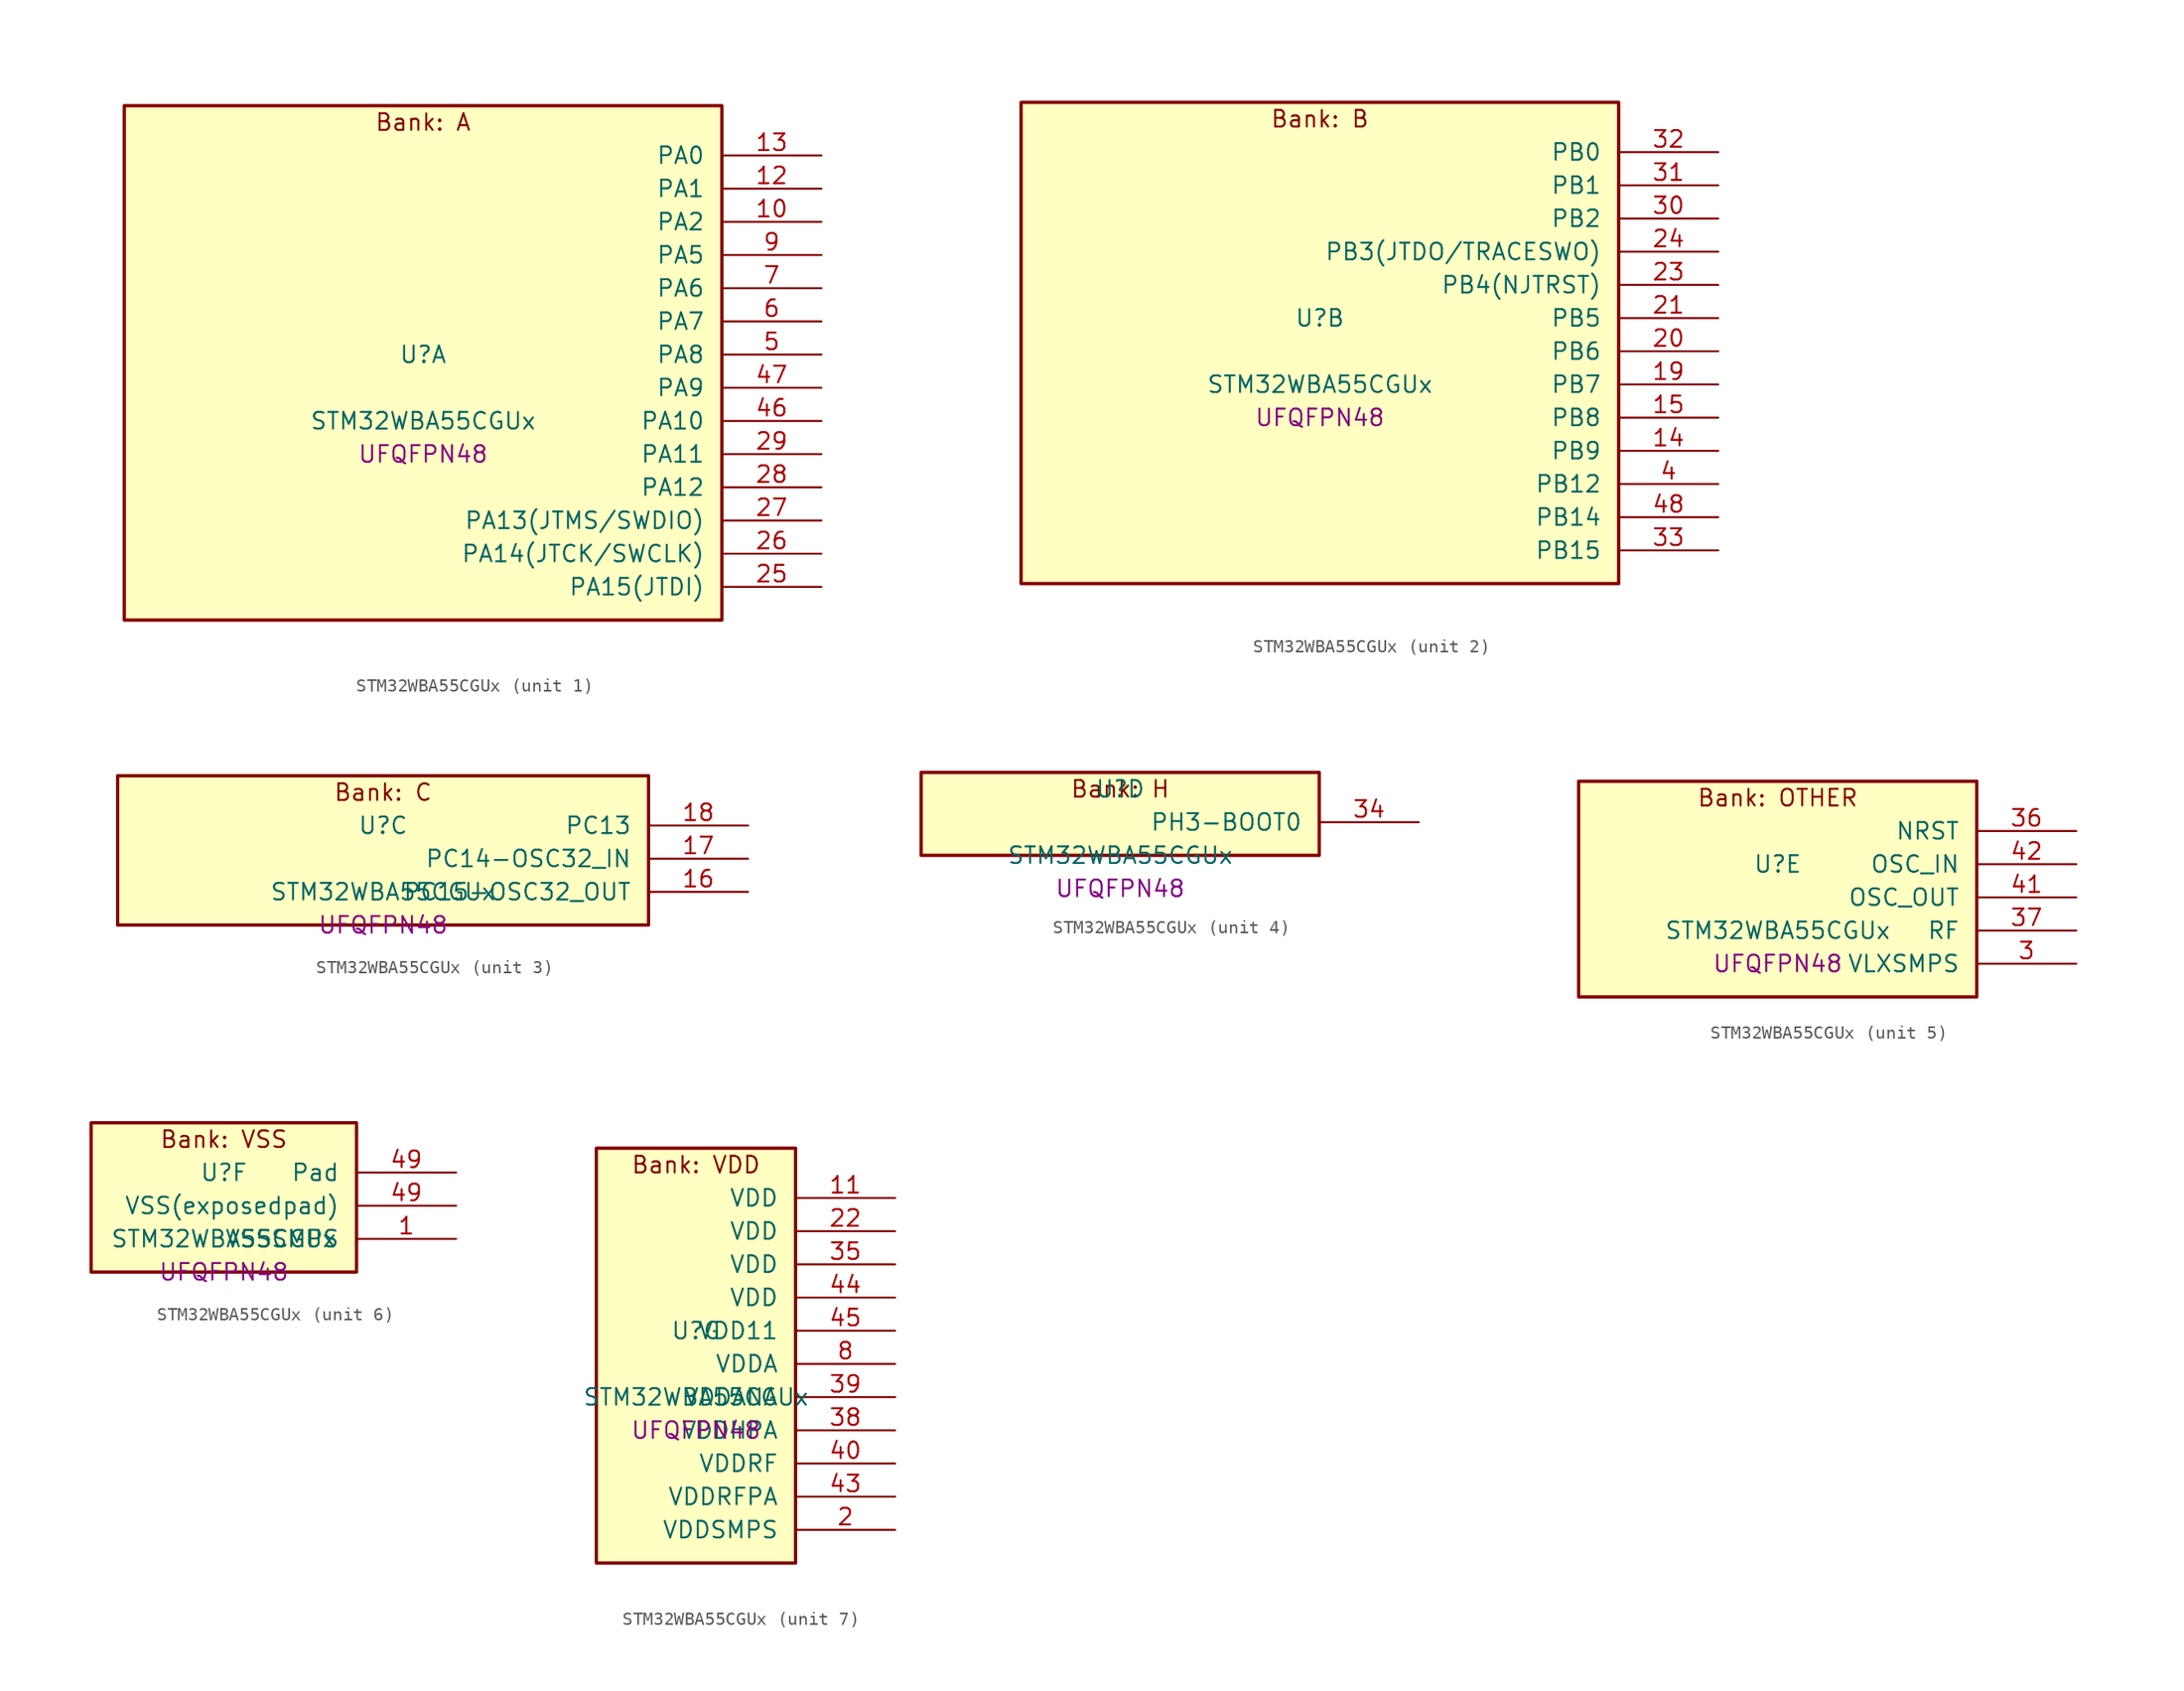
<source format=kicad_sym>
(kicad_symbol_lib
  (version 20241209)
  (generator "stm32_pkl_generator")
  (generator_version "1.0")
  (symbol "STM32WBA55CGUx"
    (pin_names
      (offset 1.27))
    (property "Reference" "U"
      (at 0 2.54 0))
    (property "Value" "STM32WBA55CGUx"
      (at 0 -2.54 0))
    (property "Footprint" "UFQFPN48"
      (at 0 -5.08 0))
    (symbol "STM32WBA55CGUx_1_1"
      (rectangle (start -22.86 21.59) (end 22.86 -17.78) (stroke (width 0.254) (type solid)) (fill (type background)))
      (text "Bank: A" (at 0 20.32 0))
      (pin bidirectional line (at 30.48 17.78 180) (length 7.62) (name "PA0") (number "13") (alternate "PA0/ADC4_IN9" bidirectional line) (alternate "PA0/COMP2_INP" bidirectional line) (alternate "PA0/LPTIM1_IN1" bidirectional line) (alternate "PA0/LPUART1_CTS" bidirectional line) (alternate "PA0/PWR_WKUP1" bidirectional line) (alternate "PA0/SPI3_SCK" bidirectional line) (alternate "PA0/TIM1_CH2N" bidirectional line) (alternate "PA0/TIM3_CH3" bidirectional line) (alternate "PA0/TIM3_ETR" bidirectional line) (alternate "PA0/TSC_G2_IO2" bidirectional line))
      (pin bidirectional line (at 30.48 15.24 180) (length 7.62) (name "PA1") (number "12") (alternate "PA1/ADC4_IN8" bidirectional line) (alternate "PA1/COMP1_INM" bidirectional line) (alternate "PA1/LPTIM2_CH2" bidirectional line) (alternate "PA1/LPUART1_RX" bidirectional line) (alternate "PA1/PWR_WKUP3" bidirectional line) (alternate "PA1/SAI1_CK1" bidirectional line) (alternate "PA1/SPI1_RDY" bidirectional line) (alternate "PA1/TIM17_CH1" bidirectional line) (alternate "PA1/TIM1_CH1N" bidirectional line) (alternate "PA1/TIM3_CH2" bidirectional line) (alternate "PA1/TSC_G2_IO1" bidirectional line) (alternate "PA1/USART1_CK" bidirectional line))
      (pin bidirectional line (at 30.48 12.7 180) (length 7.62) (name "PA2") (number "10") (alternate "PA2/ADC4_IN7" bidirectional line) (alternate "PA2/COMP1_INP" bidirectional line) (alternate "PA2/LPUART1_TX" bidirectional line) (alternate "PA2/PWR_WKUP4" bidirectional line) (alternate "PA2/RCC_LSCO" bidirectional line) (alternate "PA2/SAI1_D1" bidirectional line) (alternate "PA2/TIM16_CH1" bidirectional line) (alternate "PA2/TIM1_BKIN" bidirectional line) (alternate "PA2/TIM3_CH1" bidirectional line) (alternate "PA2/TSC_G4_IO4" bidirectional line) (alternate "PA2/USART1_DE" bidirectional line) (alternate "PA2/USART1_RTS" bidirectional line))
      (pin bidirectional line (at 30.48 10.16 180) (length 7.62) (name "PA5") (number "9") (alternate "PA5/ADC4_IN4" bidirectional line) (alternate "PA5/AUDIOCLK" bidirectional line) (alternate "PA5/LPTIM2_ETR" bidirectional line) (alternate "PA5/PWR_CSLEEP" bidirectional line) (alternate "PA5/PWR_WKUP6" bidirectional line) (alternate "PA5/SAI1_D2" bidirectional line) (alternate "PA5/SPI3_NSS" bidirectional line) (alternate "PA5/TIM2_CH1" bidirectional line) (alternate "PA5/TIM2_ETR" bidirectional line) (alternate "PA5/TSC_G1_IO4" bidirectional line) (alternate "PA5/USART1_CK" bidirectional line))
      (pin bidirectional line (at 30.48 7.62 180) (length 7.62) (name "PA6") (number "7") (alternate "PA6/ADC4_IN3" bidirectional line) (alternate "PA6/I2C3_SCL" bidirectional line) (alternate "PA6/PWR_CSTOP" bidirectional line) (alternate "PA6/PWR_WKUP7" bidirectional line) (alternate "PA6/SAI1_CK2" bidirectional line) (alternate "PA6/SAI1_MCLK_A" bidirectional line) (alternate "PA6/SPI3_RDY" bidirectional line) (alternate "PA6/TIM2_CH4" bidirectional line) (alternate "PA6/TSC_G1_IO3" bidirectional line) (alternate "PA6/USART1_DE" bidirectional line) (alternate "PA6/USART1_RTS" bidirectional line))
      (pin bidirectional line (at 30.48 5.08 180) (length 7.62) (name "PA7") (number "6") (alternate "PA7/ADC4_IN2" bidirectional line) (alternate "PA7/COMP1_OUT" bidirectional line) (alternate "PA7/I2C3_SDA" bidirectional line) (alternate "PA7/PWR_WKUP8" bidirectional line) (alternate "PA7/SAI1_SCK_A" bidirectional line) (alternate "PA7/TAMP_IN1" bidirectional line) (alternate "PA7/TAMP_OUT2" bidirectional line) (alternate "PA7/TIM2_CH3" bidirectional line) (alternate "PA7/TSC_G1_IO2" bidirectional line) (alternate "PA7/USART1_CTS" bidirectional line))
      (pin bidirectional line (at 30.48 2.54 180) (length 7.62) (name "PA8") (number "5") (alternate "PA8/ADC4_IN1" bidirectional line) (alternate "PA8/LPTIM1_CH2" bidirectional line) (alternate "PA8/RCC_MCO" bidirectional line) (alternate "PA8/SAI1_FS_A" bidirectional line) (alternate "PA8/SPI3_RDY" bidirectional line) (alternate "PA8/TIM2_CH2" bidirectional line) (alternate "PA8/TSC_G1_IO1" bidirectional line) (alternate "PA8/USART1_RX" bidirectional line))
      (pin bidirectional line (at 30.48 0 180) (length 7.62) (name "PA9") (number "47") (alternate "PA9/LPUART1_DE" bidirectional line) (alternate "PA9/LPUART1_RTS" bidirectional line) (alternate "PA9/SAI1_CK1" bidirectional line) (alternate "PA9/TIM3_CH2" bidirectional line))
      (pin bidirectional line (at 30.48 -2.54 180) (length 7.62) (name "PA10") (number "46") (alternate "PA10/LPUART1_RX" bidirectional line) (alternate "PA10/SAI1_D1" bidirectional line) (alternate "PA10/TIM3_CH1" bidirectional line))
      (pin bidirectional line (at 30.48 -5.08 180) (length 7.62) (name "PA11") (number "29") (alternate "PA11/LPTIM2_CH1" bidirectional line) (alternate "PA11/RF_ANTSW1" bidirectional line) (alternate "PA11/TIM1_CH1" bidirectional line) (alternate "PA11/USART2_RX" bidirectional line))
      (pin bidirectional line (at 30.48 -7.62 180) (length 7.62) (name "PA12") (number "28") (alternate "PA12/COMP2_OUT" bidirectional line) (alternate "PA12/PTA_STATUS" bidirectional line) (alternate "PA12/PWR_WKUP6" bidirectional line) (alternate "PA12/RF_ANTSW0" bidirectional line) (alternate "PA12/SPI1_NSS" bidirectional line) (alternate "PA12/TIM1_CH2" bidirectional line) (alternate "PA12/TSC_G3_IO4" bidirectional line) (alternate "PA12/USART2_TX" bidirectional line))
      (pin bidirectional line (at 30.48 -10.16 180) (length 7.62) (name "PA13(JTMS/SWDIO)") (number "27") (alternate "PA13(JTMS/SWDIO)/DEBUG_JTMS-SWDIO" bidirectional line) (alternate "PA13(JTMS/SWDIO)/IR_OUT" bidirectional line) (alternate "PA13(JTMS/SWDIO)/PTA_PRIORITY" bidirectional line))
      (pin bidirectional line (at 30.48 -12.7 180) (length 7.62) (name "PA14(JTCK/SWCLK)") (number "26") (alternate "PA14(JTCK/SWCLK)/COMP2_OUT" bidirectional line) (alternate "PA14(JTCK/SWCLK)/DEBUG_JTCK-SWCLK" bidirectional line) (alternate "PA14(JTCK/SWCLK)/PTA_STATUS" bidirectional line) (alternate "PA14(JTCK/SWCLK)/TAMP_IN3" bidirectional line) (alternate "PA14(JTCK/SWCLK)/TAMP_OUT6" bidirectional line) (alternate "PA14(JTCK/SWCLK)/USART2_TX" bidirectional line))
      (pin bidirectional line (at 30.48 -15.24 180) (length 7.62) (name "PA15(JTDI)") (number "25") (alternate "PA15(JTDI)/ADC4_EXTI15" bidirectional line) (alternate "PA15(JTDI)/DEBUG_JTDI" bidirectional line) (alternate "PA15(JTDI)/I2C1_SCL" bidirectional line) (alternate "PA15(JTDI)/LPTIM1_CH2" bidirectional line) (alternate "PA15(JTDI)/PTA_STATUS" bidirectional line) (alternate "PA15(JTDI)/SPI1_MOSI" bidirectional line) (alternate "PA15(JTDI)/TIM17_BKIN" bidirectional line) (alternate "PA15(JTDI)/TIM1_ETR" bidirectional line) (alternate "PA15(JTDI)/TSC_G3_IO3" bidirectional line) (alternate "PA15(JTDI)/USART2_DE" bidirectional line) (alternate "PA15(JTDI)/USART2_RTS" bidirectional line)))
    (symbol "STM32WBA55CGUx_2_1"
      (rectangle (start -22.86 19.05) (end 22.86 -17.78) (stroke (width 0.254) (type solid)) (fill (type background)))
      (text "Bank: B" (at 0 17.78 0))
      (pin bidirectional line (at 30.48 15.24 180) (length 7.62) (name "PB0") (number "32") (alternate "PB0/LPTIM2_IN2" bidirectional line) (alternate "PB0/TIM1_CH3N" bidirectional line) (alternate "PB0/USART2_TX" bidirectional line))
      (pin bidirectional line (at 30.48 12.7 180) (length 7.62) (name "PB1") (number "31") (alternate "PB1/I2C1_SDA" bidirectional line) (alternate "PB1/I2C3_SDA" bidirectional line) (alternate "PB1/PWR_WKUP4" bidirectional line) (alternate "PB1/TIM1_CH2N" bidirectional line) (alternate "PB1/USART2_DE" bidirectional line) (alternate "PB1/USART2_RTS" bidirectional line))
      (pin bidirectional line (at 30.48 10.16 180) (length 7.62) (name "PB2") (number "30") (alternate "PB2/I2C1_SCL" bidirectional line) (alternate "PB2/I2C3_SCL" bidirectional line) (alternate "PB2/PWR_WKUP1" bidirectional line) (alternate "PB2/RF_ANTSW2" bidirectional line) (alternate "PB2/RTC_OUT2" bidirectional line) (alternate "PB2/TIM1_CH1N" bidirectional line) (alternate "PB2/USART2_CTS" bidirectional line))
      (pin bidirectional line (at 30.48 7.62 180) (length 7.62) (name "PB3(JTDO/TRACESWO)") (number "24") (alternate "PB3(JTDO/TRACESWO)/DEBUG_JTDO-SWO" bidirectional line) (alternate "PB3(JTDO/TRACESWO)/I2C1_SDA" bidirectional line) (alternate "PB3(JTDO/TRACESWO)/LPTIM1_IN2" bidirectional line) (alternate "PB3(JTDO/TRACESWO)/PTA_ACTIVE" bidirectional line) (alternate "PB3(JTDO/TRACESWO)/SPI1_MISO" bidirectional line) (alternate "PB3(JTDO/TRACESWO)/TIM17_CH1N" bidirectional line) (alternate "PB3(JTDO/TRACESWO)/TIM1_CH4" bidirectional line) (alternate "PB3(JTDO/TRACESWO)/TSC_G3_IO2" bidirectional line) (alternate "PB3(JTDO/TRACESWO)/USART2_CK" bidirectional line))
      (pin bidirectional line (at 30.48 5.08 180) (length 7.62) (name "PB4(NJTRST)") (number "23") (alternate "PB4(NJTRST)/DEBUG_JTRST" bidirectional line) (alternate "PB4(NJTRST)/LPTIM2_IN2" bidirectional line) (alternate "PB4(NJTRST)/PTA_ACTIVE" bidirectional line) (alternate "PB4(NJTRST)/PTA_PRIORITY" bidirectional line) (alternate "PB4(NJTRST)/SAI1_MCLK_B" bidirectional line) (alternate "PB4(NJTRST)/SPI1_SCK" bidirectional line) (alternate "PB4(NJTRST)/TIM17_CH1" bidirectional line) (alternate "PB4(NJTRST)/TIM1_CH3" bidirectional line) (alternate "PB4(NJTRST)/TSC_G3_IO1" bidirectional line) (alternate "PB4(NJTRST)/USART2_RX" bidirectional line))
      (pin bidirectional line (at 30.48 2.54 180) (length 7.62) (name "PB5") (number "21") (alternate "PB5/LPUART1_TX" bidirectional line) (alternate "PB5/SAI1_D2" bidirectional line) (alternate "PB5/SAI1_FS_B" bidirectional line) (alternate "PB5/TIM3_CH1" bidirectional line) (alternate "PB5/TSC_G5_IO4" bidirectional line))
      (pin bidirectional line (at 30.48 0 180) (length 7.62) (name "PB6") (number "20") (alternate "PB6/PWR_WKUP3" bidirectional line) (alternate "PB6/SAI1_SCK_B" bidirectional line) (alternate "PB6/TIM2_CH1" bidirectional line) (alternate "PB6/TIM2_ETR" bidirectional line) (alternate "PB6/TSC_G5_IO3" bidirectional line))
      (pin bidirectional line (at 30.48 -2.54 180) (length 7.62) (name "PB7") (number "19") (alternate "PB7/PWR_WKUP5" bidirectional line) (alternate "PB7/SAI1_SD_B" bidirectional line) (alternate "PB7/TAMP_IN5" bidirectional line) (alternate "PB7/TAMP_OUT4" bidirectional line) (alternate "PB7/TIM1_CH4N" bidirectional line) (alternate "PB7/TSC_G5_IO2" bidirectional line))
      (pin bidirectional line (at 30.48 -5.08 180) (length 7.62) (name "PB8") (number "15") (alternate "PB8/COMP1_OUT" bidirectional line) (alternate "PB8/LPTIM1_ETR" bidirectional line) (alternate "PB8/PWR_PVD_IN" bidirectional line) (alternate "PB8/SPI3_MOSI" bidirectional line) (alternate "PB8/TIM16_CH1N" bidirectional line) (alternate "PB8/TIM1_CH1" bidirectional line) (alternate "PB8/TIM3_ETR" bidirectional line) (alternate "PB8/TSC_G2_IO4" bidirectional line) (alternate "PB8/USART2_RX" bidirectional line))
      (pin bidirectional line (at 30.48 -7.62 180) (length 7.62) (name "PB9") (number "14") (alternate "PB9/ADC4_IN10" bidirectional line) (alternate "PB9/COMP2_INM" bidirectional line) (alternate "PB9/IR_OUT" bidirectional line) (alternate "PB9/LPTIM2_IN1" bidirectional line) (alternate "PB9/LPUART1_DE" bidirectional line) (alternate "PB9/LPUART1_RTS" bidirectional line) (alternate "PB9/PWR_WKUP8" bidirectional line) (alternate "PB9/SPI3_MISO" bidirectional line) (alternate "PB9/TIM16_CH1" bidirectional line) (alternate "PB9/TIM1_CH3N" bidirectional line) (alternate "PB9/TIM3_CH4" bidirectional line) (alternate "PB9/TSC_G2_IO3" bidirectional line))
      (pin bidirectional line (at 30.48 -10.16 180) (length 7.62) (name "PB12") (number "4") (alternate "PB12/SAI1_SD_A" bidirectional line) (alternate "PB12/SPI1_RDY" bidirectional line) (alternate "PB12/TIM2_CH1" bidirectional line) (alternate "PB12/TIM2_ETR" bidirectional line) (alternate "PB12/TIM3_ETR" bidirectional line) (alternate "PB12/TSC_SYNC" bidirectional line) (alternate "PB12/USART1_TX" bidirectional line))
      (pin bidirectional line (at 30.48 -12.7 180) (length 7.62) (name "PB14") (number "48") (alternate "PB14/PWR_WKUP7" bidirectional line) (alternate "PB14/RTC_REFIN" bidirectional line) (alternate "PB14/SAI1_SD_A" bidirectional line) (alternate "PB14/TIM3_CH3" bidirectional line) (alternate "PB14/TSC_G6_IO1" bidirectional line) (alternate "PB14/USART1_TX" bidirectional line))
      (pin bidirectional line (at 30.48 -15.24 180) (length 7.62) (name "PB15") (number "33") (alternate "PB15/ADC4_EXTI15" bidirectional line) (alternate "PB15/I2C1_SMBA" bidirectional line) (alternate "PB15/I2C3_SMBA" bidirectional line) (alternate "PB15/LPUART1_CTS" bidirectional line) (alternate "PB15/PTA_GRANT" bidirectional line) (alternate "PB15/RF_EXTPABYP" bidirectional line) (alternate "PB15/TIM16_BKIN" bidirectional line) (alternate "PB15/TIM1_BKIN2" bidirectional line) (alternate "PB15/USART2_CTS" bidirectional line)))
    (symbol "STM32WBA55CGUx_3_1"
      (rectangle (start -20.32 6.35) (end 20.32 -5.08) (stroke (width 0.254) (type solid)) (fill (type background)))
      (text "Bank: C" (at 0 5.08 0))
      (pin bidirectional line (at 27.94 2.54 180) (length 7.62) (name "PC13") (number "18") (alternate "PC13/PWR_WKUP2" bidirectional line) (alternate "PC13/RTC_OUT1" bidirectional line) (alternate "PC13/RTC_TS" bidirectional line) (alternate "PC13/TAMP_IN4" bidirectional line) (alternate "PC13/TAMP_OUT5" bidirectional line) (alternate "PC13/TIM1_BKIN2" bidirectional line) (alternate "PC13/TSC_G5_IO1" bidirectional line))
      (pin bidirectional line (at 27.94 0 180) (length 7.62) (name "PC14-OSC32_IN") (number "17") (alternate "PC14-OSC32_IN/RCC_OSC32_IN" bidirectional line))
      (pin bidirectional line (at 27.94 -2.54 180) (length 7.62) (name "PC15-OSC32_OUT") (number "16") (alternate "PC15-OSC32_OUT/ADC4_EXTI15" bidirectional line) (alternate "PC15-OSC32_OUT/RCC_OSC32_OUT" bidirectional line)))
    (symbol "STM32WBA55CGUx_4_1"
      (rectangle (start -15.24 3.81) (end 15.24 -2.54) (stroke (width 0.254) (type solid)) (fill (type background)))
      (text "Bank: H" (at 0 2.54 0))
      (pin bidirectional line (at 22.86 0 180) (length 7.62) (name "PH3-BOOT0") (number "34") (alternate "PH3-BOOT0/PTA_GRANT" bidirectional line) (alternate "PH3-BOOT0/RF_EXTPABYP" bidirectional line) (alternate "PH3-BOOT0/TAMP_IN2" bidirectional line) (alternate "PH3-BOOT0/TAMP_OUT1" bidirectional line)))
    (symbol "STM32WBA55CGUx_5_1"
      (rectangle (start -15.24 8.89) (end 15.24 -7.62) (stroke (width 0.254) (type solid)) (fill (type background)))
      (text "Bank: OTHER" (at 0 7.62 0))
      (pin input line (at 22.86 5.08 180) (length 7.62) (name "NRST") (number "36"))
      (pin bidirectional line (at 22.86 2.54 180) (length 7.62) (name "OSC_IN") (number "42") (alternate "OSC_IN/RCC_OSC_IN" bidirectional line))
      (pin bidirectional line (at 22.86 0 180) (length 7.62) (name "OSC_OUT") (number "41") (alternate "OSC_OUT/RCC_OSC_OUT" bidirectional line))
      (pin bidirectional line (at 22.86 -2.54 180) (length 7.62) (name "RF") (number "37"))
      (pin power_in line (at 22.86 -5.08 180) (length 7.62) (name "VLXSMPS") (number "3")))
    (symbol "STM32WBA55CGUx_6_1"
      (rectangle (start -10.16 6.35) (end 10.16 -5.08) (stroke (width 0.254) (type solid)) (fill (type background)))
      (text "Bank: VSS" (at 0 5.08 0))
      (pin passive line (at 17.78 2.54 180) (length 7.62) (name "Pad") (number "49"))
      (pin power_in line (at 17.78 0 180) (length 7.62) (name "VSS(exposedpad)") (number "49"))
      (pin power_in line (at 17.78 -2.54 180) (length 7.62) (name "VSSSMPS") (number "1")))
    (symbol "STM32WBA55CGUx_7_1"
      (rectangle (start -7.62 16.51) (end 7.62 -15.24) (stroke (width 0.254) (type solid)) (fill (type background)))
      (text "Bank: VDD" (at 0 15.24 0))
      (pin power_in line (at 15.24 12.7 180) (length 7.62) (name "VDD") (number "11"))
      (pin power_in line (at 15.24 10.16 180) (length 7.62) (name "VDD") (number "22"))
      (pin power_in line (at 15.24 7.62 180) (length 7.62) (name "VDD") (number "35"))
      (pin power_in line (at 15.24 5.08 180) (length 7.62) (name "VDD") (number "44"))
      (pin power_in line (at 15.24 2.54 180) (length 7.62) (name "VDD11") (number "45"))
      (pin power_in line (at 15.24 0 180) (length 7.62) (name "VDDA") (number "8"))
      (pin power_in line (at 15.24 -2.54 180) (length 7.62) (name "VDDANA") (number "39"))
      (pin power_in line (at 15.24 -5.08 180) (length 7.62) (name "VDDHPA") (number "38"))
      (pin power_in line (at 15.24 -7.62 180) (length 7.62) (name "VDDRF") (number "40"))
      (pin power_in line (at 15.24 -10.16 180) (length 7.62) (name "VDDRFPA") (number "43"))
      (pin power_in line (at 15.24 -12.7 180) (length 7.62) (name "VDDSMPS") (number "2")))))
</source>
